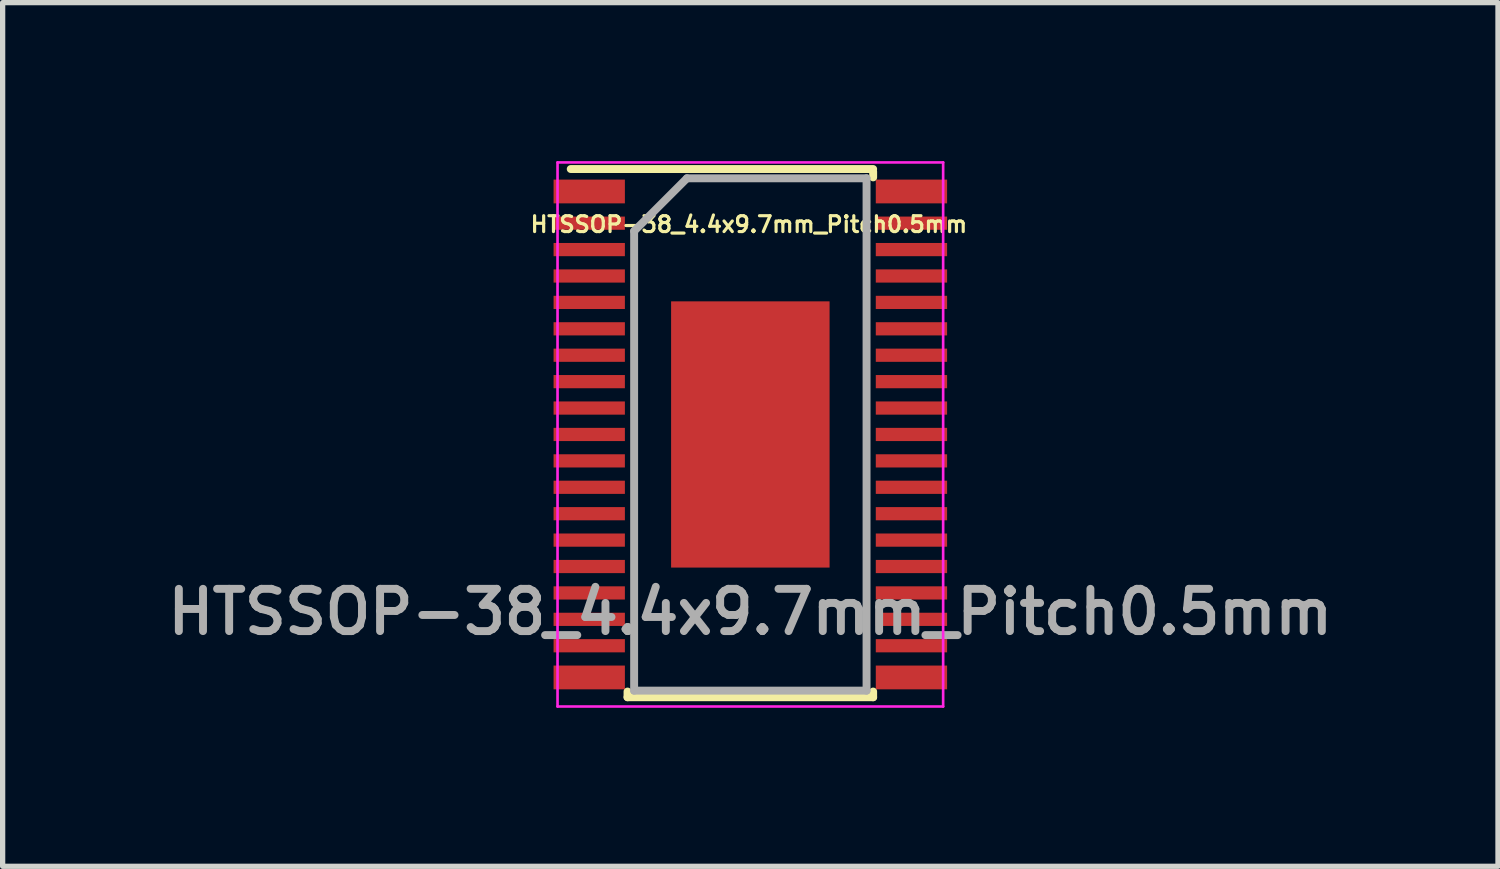
<source format=kicad_pcb>
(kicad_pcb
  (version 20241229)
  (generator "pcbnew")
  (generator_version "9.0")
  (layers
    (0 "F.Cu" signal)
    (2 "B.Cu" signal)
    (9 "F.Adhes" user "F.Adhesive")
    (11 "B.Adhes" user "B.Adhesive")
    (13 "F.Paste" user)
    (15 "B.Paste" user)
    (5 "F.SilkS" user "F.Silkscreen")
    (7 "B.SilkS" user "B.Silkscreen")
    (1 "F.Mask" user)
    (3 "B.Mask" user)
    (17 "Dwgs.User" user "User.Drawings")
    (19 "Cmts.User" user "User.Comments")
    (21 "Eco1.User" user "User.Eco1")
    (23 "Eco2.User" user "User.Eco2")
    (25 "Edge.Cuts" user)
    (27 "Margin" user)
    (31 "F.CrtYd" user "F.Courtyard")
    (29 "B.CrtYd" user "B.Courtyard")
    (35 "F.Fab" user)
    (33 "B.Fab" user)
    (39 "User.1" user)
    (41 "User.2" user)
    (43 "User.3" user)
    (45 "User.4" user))
  (footprint "HTSSOP-38_4.4x9.7mm_Pitch0.5mm"
    (layer "F.Cu")
    (at 11.155 5.175)
    (property "Reference" "HTSSOP-38_4.4x9.7mm_Pitch0.5mm" (at -0.027 -3.977 0) (layer "F.SilkS") (effects (font (size 0.3 0.3) (thickness 0.06))))
    (attr smd)
    (fp_line (start -3.4 -5.025) (end 2.325 -5.025) (stroke (width 0.15) (type solid)) (layer "F.SilkS"))
    (fp_line (start -2.325 4.975) (end -2.325 4.867) (stroke (width 0.15) (type solid)) (layer "F.SilkS"))
    (fp_line (start -2.325 4.975) (end 2.325 4.975) (stroke (width 0.15) (type solid)) (layer "F.SilkS"))
    (fp_line (start 2.325 -4.975) (end 2.325 -4.867) (stroke (width 0.15) (type solid)) (layer "F.SilkS"))
    (fp_line (start 2.325 4.975) (end 2.325 4.867) (stroke (width 0.15) (type solid)) (layer "F.SilkS"))
    (fp_line (start -3.65 -5.15) (end -3.65 5.15) (stroke (width 0.05) (type solid)) (layer "F.CrtYd"))
    (fp_line (start -3.65 -5.15) (end 3.65 -5.15) (stroke (width 0.05) (type solid)) (layer "F.CrtYd"))
    (fp_line (start -3.65 5.15) (end 3.65 5.15) (stroke (width 0.05) (type solid)) (layer "F.CrtYd"))
    (fp_line (start 3.65 -5.15) (end 3.65 5.15) (stroke (width 0.05) (type solid)) (layer "F.CrtYd"))
    (fp_line (start -2.2 -3.85) (end -1.2 -4.85) (stroke (width 0.15) (type solid)) (layer "F.Fab"))
    (fp_line (start -2.2 4.85) (end -2.2 -3.85) (stroke (width 0.15) (type solid)) (layer "F.Fab"))
    (fp_line (start -1.2 -4.85) (end 2.2 -4.85) (stroke (width 0.15) (type solid)) (layer "F.Fab"))
    (fp_line (start 2.2 -4.85) (end 2.2 4.85) (stroke (width 0.15) (type solid)) (layer "F.Fab"))
    (fp_line (start 2.2 4.85) (end -2.2 4.85) (stroke (width 0.15) (type solid)) (layer "F.Fab"))
    (fp_text user "${REFERENCE}" (at 0 3.36 0) (layer "F.Fab") (effects (font (size 0.8 0.8) (thickness 0.15))))
    (pad "1" smd rect (at -3.05 -4.6) (size 1.35 0.45) (layers "F.Cu" "F.Mask" "F.Paste"))
    (pad "2" smd rect (at -3.05 -4) (size 1.35 0.25) (layers "F.Cu" "F.Mask" "F.Paste"))
    (pad "3" smd rect (at -3.05 -3.5) (size 1.35 0.25) (layers "F.Cu" "F.Mask" "F.Paste"))
    (pad "4" smd rect (at -3.05 -3) (size 1.35 0.25) (layers "F.Cu" "F.Mask" "F.Paste"))
    (pad "5" smd rect (at -3.05 -2.5) (size 1.35 0.25) (layers "F.Cu" "F.Mask" "F.Paste"))
    (pad "6" smd rect (at -3.05 -2) (size 1.35 0.25) (layers "F.Cu" "F.Mask" "F.Paste"))
    (pad "7" smd rect (at -3.05 -1.5) (size 1.35 0.25) (layers "F.Cu" "F.Mask" "F.Paste"))
    (pad "8" smd rect (at -3.05 -1) (size 1.35 0.25) (layers "F.Cu" "F.Mask" "F.Paste"))
    (pad "9" smd rect (at -3.05 -0.5) (size 1.35 0.25) (layers "F.Cu" "F.Mask" "F.Paste"))
    (pad "10" smd rect (at -3.05 0) (size 1.35 0.25) (layers "F.Cu" "F.Mask" "F.Paste"))
    (pad "11" smd rect (at -3.05 0.5) (size 1.35 0.25) (layers "F.Cu" "F.Mask" "F.Paste"))
    (pad "12" smd rect (at -3.05 1) (size 1.35 0.25) (layers "F.Cu" "F.Mask" "F.Paste"))
    (pad "13" smd rect (at -3.05 1.5) (size 1.35 0.25) (layers "F.Cu" "F.Mask" "F.Paste"))
    (pad "14" smd rect (at -3.05 2) (size 1.35 0.25) (layers "F.Cu" "F.Mask" "F.Paste"))
    (pad "15" smd rect (at -3.05 2.5) (size 1.35 0.25) (layers "F.Cu" "F.Mask" "F.Paste"))
    (pad "16" smd rect (at -3.05 3) (size 1.35 0.25) (layers "F.Cu" "F.Mask" "F.Paste"))
    (pad "17" smd rect (at -3.05 3.5) (size 1.35 0.25) (layers "F.Cu" "F.Mask" "F.Paste"))
    (pad "18" smd rect (at -3.05 4) (size 1.35 0.25) (layers "F.Cu" "F.Mask" "F.Paste"))
    (pad "19" smd rect (at -3.05 4.6) (size 1.35 0.45) (layers "F.Cu" "F.Mask" "F.Paste"))
    (pad "20" smd rect (at 3.05 4.6) (size 1.35 0.45) (layers "F.Cu" "F.Mask" "F.Paste"))
    (pad "21" smd rect (at 3.05 4) (size 1.35 0.25) (layers "F.Cu" "F.Mask" "F.Paste"))
    (pad "22" smd rect (at 3.05 3.5) (size 1.35 0.25) (layers "F.Cu" "F.Mask" "F.Paste"))
    (pad "23" smd rect (at 3.05 3) (size 1.35 0.25) (layers "F.Cu" "F.Mask" "F.Paste"))
    (pad "24" smd rect (at 3.05 2.5) (size 1.35 0.25) (layers "F.Cu" "F.Mask" "F.Paste"))
    (pad "25" smd rect (at 3.05 2) (size 1.35 0.25) (layers "F.Cu" "F.Mask" "F.Paste"))
    (pad "26" smd rect (at 3.05 1.5) (size 1.35 0.25) (layers "F.Cu" "F.Mask" "F.Paste"))
    (pad "27" smd rect (at 3.05 1) (size 1.35 0.25) (layers "F.Cu" "F.Mask" "F.Paste"))
    (pad "28" smd rect (at 3.05 0.5) (size 1.35 0.25) (layers "F.Cu" "F.Mask" "F.Paste"))
    (pad "29" smd rect (at 3.05 0) (size 1.35 0.25) (layers "F.Cu" "F.Mask" "F.Paste"))
    (pad "30" smd rect (at 3.05 -0.5) (size 1.35 0.25) (layers "F.Cu" "F.Mask" "F.Paste"))
    (pad "31" smd rect (at 3.05 -1) (size 1.35 0.25) (layers "F.Cu" "F.Mask" "F.Paste"))
    (pad "32" smd rect (at 3.05 -1.5) (size 1.35 0.25) (layers "F.Cu" "F.Mask" "F.Paste"))
    (pad "33" smd rect (at 3.05 -2) (size 1.35 0.25) (layers "F.Cu" "F.Mask" "F.Paste"))
    (pad "34" smd rect (at 3.05 -2.5) (size 1.35 0.25) (layers "F.Cu" "F.Mask" "F.Paste"))
    (pad "35" smd rect (at 3.05 -3) (size 1.35 0.25) (layers "F.Cu" "F.Mask" "F.Paste"))
    (pad "36" smd rect (at 3.05 -3.5) (size 1.35 0.25) (layers "F.Cu" "F.Mask" "F.Paste"))
    (pad "37" smd rect (at 3.05 -4) (size 1.35 0.25) (layers "F.Cu" "F.Mask" "F.Paste"))
    (pad "38" smd rect (at 3.05 -4.6) (size 1.35 0.45) (layers "F.Cu" "F.Mask" "F.Paste"))
    (pad "39" smd rect (at -1.08 -2.05) (size 0.6 0.7) (layers "F.Cu" "F.Mask" "F.Paste"))
    (pad "39" smd rect (at -1.08 -1.23) (size 0.6 0.7) (layers "F.Cu" "F.Mask" "F.Paste"))
    (pad "39" smd rect (at -1.08 -0.41) (size 0.6 0.7) (layers "F.Cu" "F.Mask" "F.Paste"))
    (pad "39" smd rect (at -1.08 0.41) (size 0.6 0.7) (layers "F.Cu" "F.Mask" "F.Paste"))
    (pad "39" smd rect (at -1.08 1.23) (size 0.6 0.7) (layers "F.Cu" "F.Mask" "F.Paste"))
    (pad "39" smd rect (at -1.08 2.05) (size 0.6 0.7) (layers "F.Cu" "F.Mask" "F.Paste"))
    (pad "39" smd rect (at -0.36 -2.05) (size 0.6 0.7) (layers "F.Cu" "F.Mask" "F.Paste"))
    (pad "39" smd rect (at -0.36 -1.23) (size 0.6 0.7) (layers "F.Cu" "F.Mask" "F.Paste"))
    (pad "39" smd rect (at -0.36 -0.41) (size 0.6 0.7) (layers "F.Cu" "F.Mask" "F.Paste"))
    (pad "39" smd rect (at -0.36 0.41) (size 0.6 0.7) (layers "F.Cu" "F.Mask" "F.Paste"))
    (pad "39" smd rect (at -0.36 1.23) (size 0.6 0.7) (layers "F.Cu" "F.Mask" "F.Paste"))
    (pad "39" smd rect (at -0.36 2.05) (size 0.6 0.7) (layers "F.Cu" "F.Mask" "F.Paste"))
    (pad "39" smd rect (at 0 0) (size 3 5.04) (layers "F.Cu" "F.Mask"))
    (pad "39" smd rect (at 0.36 -2.05) (size 0.6 0.7) (layers "F.Cu" "F.Mask" "F.Paste"))
    (pad "39" smd rect (at 0.36 -1.23) (size 0.6 0.7) (layers "F.Cu" "F.Mask" "F.Paste"))
    (pad "39" smd rect (at 0.36 -0.41) (size 0.6 0.7) (layers "F.Cu" "F.Mask" "F.Paste"))
    (pad "39" smd rect (at 0.36 0.41) (size 0.6 0.7) (layers "F.Cu" "F.Mask" "F.Paste"))
    (pad "39" smd rect (at 0.36 1.23) (size 0.6 0.7) (layers "F.Cu" "F.Mask" "F.Paste"))
    (pad "39" smd rect (at 0.36 2.05) (size 0.6 0.7) (layers "F.Cu" "F.Mask" "F.Paste"))
    (pad "39" smd rect (at 1.08 -2.05) (size 0.6 0.7) (layers "F.Cu" "F.Mask" "F.Paste"))
    (pad "39" smd rect (at 1.08 -1.23) (size 0.6 0.7) (layers "F.Cu" "F.Mask" "F.Paste"))
    (pad "39" smd rect (at 1.08 -0.41) (size 0.6 0.7) (layers "F.Cu" "F.Mask" "F.Paste"))
    (pad "39" smd rect (at 1.08 0.41) (size 0.6 0.7) (layers "F.Cu" "F.Mask" "F.Paste"))
    (pad "39" smd rect (at 1.08 1.23) (size 0.6 0.7) (layers "F.Cu" "F.Mask" "F.Paste"))
    (pad "39" smd rect (at 1.08 2.05) (size 0.6 0.7) (layers "F.Cu" "F.Mask" "F.Paste")))
  (gr_rect
    (start -3 -3)
    (end 25.309 13.35)
    (stroke (width 0.1) (type default))
    (fill no)
    (layer "Edge.Cuts")))
</source>
